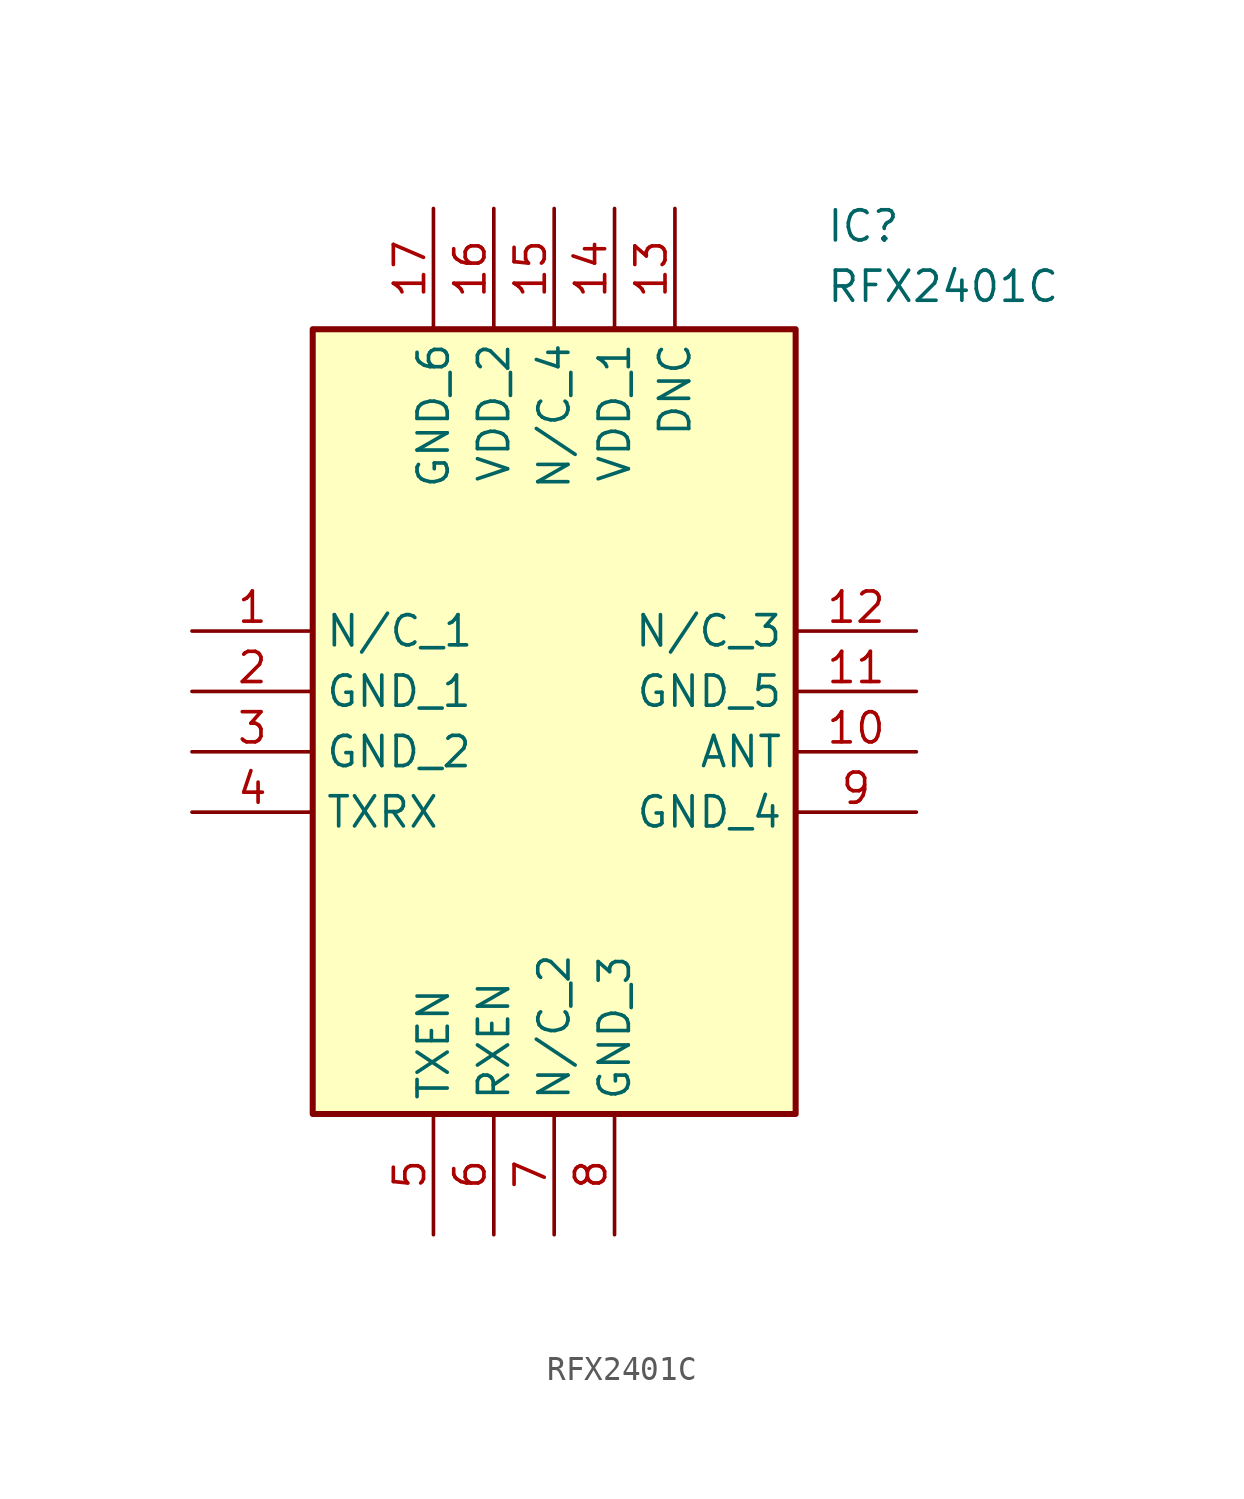
<source format=kicad_sym>
(kicad_symbol_lib
  (version 20211014)
  (generator SamacSys_ECAD_Model)
  (symbol "RFX2401C"
    (property "Reference" "IC"
      (at 26.67 17.78 0)
      (effects (font (size 1.27 1.27)) (justify left top)))
    (property "Value" "RFX2401C"
      (at 26.67 15.24 0)
      (effects (font (size 1.27 1.27)) (justify left top)))
    (rectangle
      (start 5.08 12.7)
      (end 25.4 -20.32)
      (stroke (width 0.254) (type default))
      (fill (type background)))
    (pin passive line
      (at 0 0 0)
      (length 5.08)
      (name "N/C_1" (effects (font (size 1.27 1.27))))
      (number "1" (effects (font (size 1.27 1.27)))))
    (pin passive line
      (at 0 -2.54 0)
      (length 5.08)
      (name "GND_1" (effects (font (size 1.27 1.27))))
      (number "2" (effects (font (size 1.27 1.27)))))
    (pin passive line
      (at 0 -5.08 0)
      (length 5.08)
      (name "GND_2" (effects (font (size 1.27 1.27))))
      (number "3" (effects (font (size 1.27 1.27)))))
    (pin passive line
      (at 0 -7.62 0)
      (length 5.08)
      (name "TXRX" (effects (font (size 1.27 1.27))))
      (number "4" (effects (font (size 1.27 1.27)))))
    (pin passive line
      (at 10.16 -25.4 90)
      (length 5.08)
      (name "TXEN" (effects (font (size 1.27 1.27))))
      (number "5" (effects (font (size 1.27 1.27)))))
    (pin passive line
      (at 12.7 -25.4 90)
      (length 5.08)
      (name "RXEN" (effects (font (size 1.27 1.27))))
      (number "6" (effects (font (size 1.27 1.27)))))
    (pin passive line
      (at 15.24 -25.4 90)
      (length 5.08)
      (name "N/C_2" (effects (font (size 1.27 1.27))))
      (number "7" (effects (font (size 1.27 1.27)))))
    (pin passive line
      (at 17.78 -25.4 90)
      (length 5.08)
      (name "GND_3" (effects (font (size 1.27 1.27))))
      (number "8" (effects (font (size 1.27 1.27)))))
    (pin passive line
      (at 30.48 0 180)
      (length 5.08)
      (name "N/C_3" (effects (font (size 1.27 1.27))))
      (number "12" (effects (font (size 1.27 1.27)))))
    (pin passive line
      (at 30.48 -2.54 180)
      (length 5.08)
      (name "GND_5" (effects (font (size 1.27 1.27))))
      (number "11" (effects (font (size 1.27 1.27)))))
    (pin passive line
      (at 30.48 -5.08 180)
      (length 5.08)
      (name "ANT" (effects (font (size 1.27 1.27))))
      (number "10" (effects (font (size 1.27 1.27)))))
    (pin passive line
      (at 30.48 -7.62 180)
      (length 5.08)
      (name "GND_4" (effects (font (size 1.27 1.27))))
      (number "9" (effects (font (size 1.27 1.27)))))
    (pin passive line
      (at 10.16 17.78 270)
      (length 5.08)
      (name "GND_6" (effects (font (size 1.27 1.27))))
      (number "17" (effects (font (size 1.27 1.27)))))
    (pin passive line
      (at 12.7 17.78 270)
      (length 5.08)
      (name "VDD_2" (effects (font (size 1.27 1.27))))
      (number "16" (effects (font (size 1.27 1.27)))))
    (pin passive line
      (at 15.24 17.78 270)
      (length 5.08)
      (name "N/C_4" (effects (font (size 1.27 1.27))))
      (number "15" (effects (font (size 1.27 1.27)))))
    (pin passive line
      (at 17.78 17.78 270)
      (length 5.08)
      (name "VDD_1" (effects (font (size 1.27 1.27))))
      (number "14" (effects (font (size 1.27 1.27)))))
    (pin passive line
      (at 20.32 17.78 270)
      (length 5.08)
      (name "DNC" (effects (font (size 1.27 1.27))))
      (number "13" (effects (font (size 1.27 1.27)))))))
</source>
